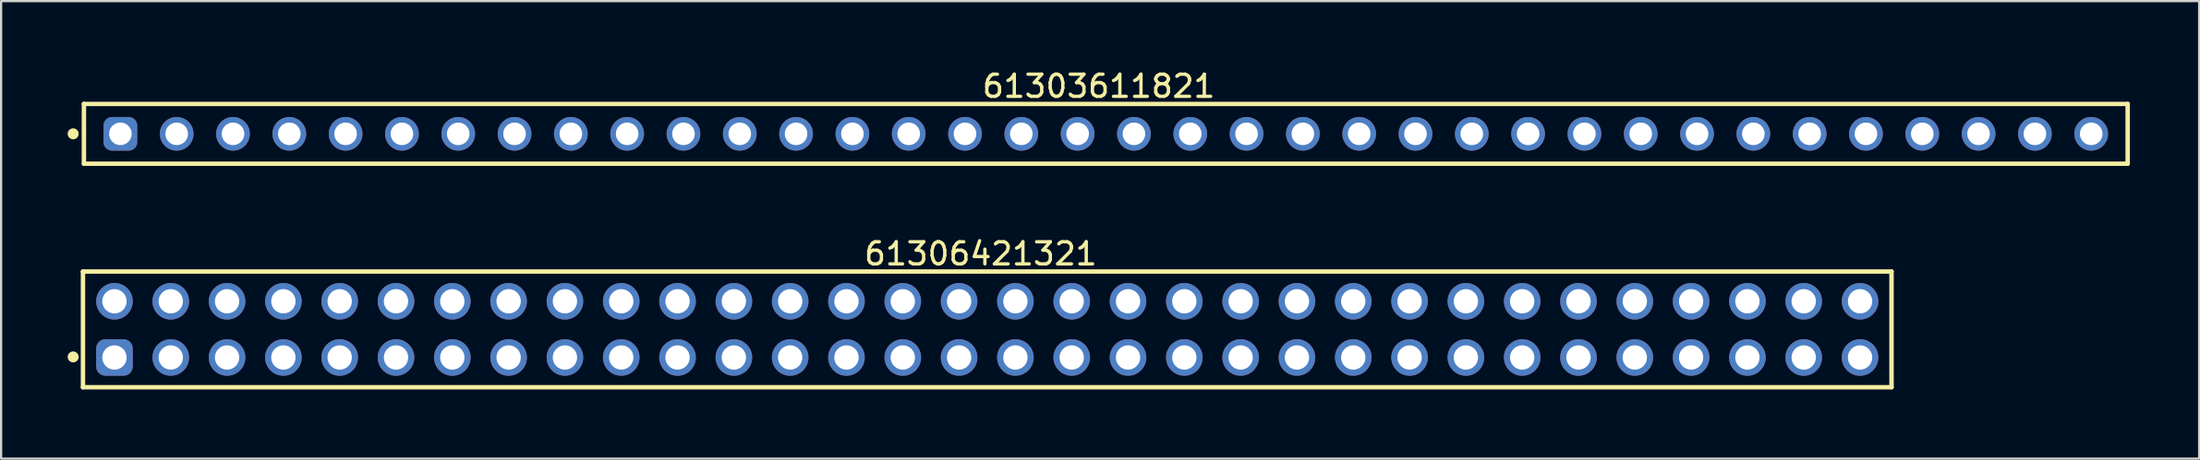
<source format=kicad_pcb>
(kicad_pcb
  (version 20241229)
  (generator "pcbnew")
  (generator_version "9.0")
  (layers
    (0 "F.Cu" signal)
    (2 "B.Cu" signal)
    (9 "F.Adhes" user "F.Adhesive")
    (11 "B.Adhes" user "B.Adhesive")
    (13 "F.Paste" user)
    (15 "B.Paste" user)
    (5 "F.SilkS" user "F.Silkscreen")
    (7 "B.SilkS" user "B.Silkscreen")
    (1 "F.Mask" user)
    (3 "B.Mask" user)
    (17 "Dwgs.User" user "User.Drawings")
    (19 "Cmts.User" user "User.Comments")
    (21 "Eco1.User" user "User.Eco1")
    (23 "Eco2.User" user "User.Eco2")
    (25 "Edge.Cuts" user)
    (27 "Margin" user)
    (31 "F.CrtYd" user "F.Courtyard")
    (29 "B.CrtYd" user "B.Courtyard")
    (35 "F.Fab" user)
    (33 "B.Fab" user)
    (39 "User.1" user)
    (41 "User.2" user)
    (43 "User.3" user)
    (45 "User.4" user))
  (footprint "61303611821"
    (layer "F.Cu")
    (at 46.83 2.998)
    (property "Reference" "61303611821" (at -0.318 -2.15 0) (layer "F.SilkS") (effects (font (size 1 1) (thickness 0.15))))
    (fp_line (start -46.095 -1.35) (end 46.095 -1.35) (stroke (width 0.2) (type solid)) (layer "F.SilkS"))
    (fp_line (start -46.095 1.35) (end -46.095 -1.35) (stroke (width 0.2) (type solid)) (layer "F.SilkS"))
    (fp_line (start -46.095 1.35) (end 46.095 1.35) (stroke (width 0.2) (type solid)) (layer "F.SilkS"))
    (fp_line (start 46.095 1.35) (end 46.095 -1.35) (stroke (width 0.2) (type solid)) (layer "F.SilkS"))
    (fp_circle (center -46.58 0) (end -46.58 -0.125) (stroke (width 0.25) (type solid)) (fill no) (layer "F.SilkS"))
    (fp_line (start -46.295 -1.55) (end 46.295 -1.55) (stroke (width 0.05) (type solid)) (layer "Eco2.User"))
    (fp_line (start -46.295 1.55) (end -46.295 -1.55) (stroke (width 0.05) (type solid)) (layer "Eco2.User"))
    (fp_line (start -46.295 1.55) (end 46.295 1.55) (stroke (width 0.05) (type solid)) (layer "Eco2.User"))
    (fp_line (start -45.97 -1.25) (end 45.97 -1.25) (stroke (width 0.1) (type solid)) (layer "Eco2.User"))
    (fp_line (start -45.97 1.25) (end -45.97 -1.25) (stroke (width 0.1) (type solid)) (layer "Eco2.User"))
    (fp_line (start -45.97 1.25) (end 45.97 1.25) (stroke (width 0.1) (type solid)) (layer "Eco2.User"))
    (fp_line (start -0.5 0) (end 0.5 0) (stroke (width 0.05) (type solid)) (layer "Eco2.User"))
    (fp_line (start 0 0.5) (end 0 -0.5) (stroke (width 0.05) (type solid)) (layer "Eco2.User"))
    (fp_line (start 45.97 1.25) (end 45.97 -1.25) (stroke (width 0.1) (type solid)) (layer "Eco2.User"))
    (fp_line (start 46.295 1.55) (end 46.295 -1.55) (stroke (width 0.05) (type solid)) (layer "Eco2.User"))
    (fp_text user "${REFERENCE}" (at 0.15 -0.197 0) (unlocked yes) (layer "User.3") (effects (font (size 1.5 1.5) (thickness 0.15))))
    (pad "1" thru_hole roundrect (at -44.45 0) (size 1.52 1.52) (drill 1.02) (layers "*.Cu" "*.Mask") (roundrect_rratio 0.25))
    (pad "2" thru_hole circle (at -41.91 0) (size 1.52 1.52) (drill 1.02) (layers "*.Cu" "*.Mask"))
    (pad "3" thru_hole circle (at -39.37 0) (size 1.52 1.52) (drill 1.02) (layers "*.Cu" "*.Mask"))
    (pad "4" thru_hole circle (at -36.83 0) (size 1.52 1.52) (drill 1.02) (layers "*.Cu" "*.Mask"))
    (pad "5" thru_hole circle (at -34.29 0) (size 1.52 1.52) (drill 1.02) (layers "*.Cu" "*.Mask"))
    (pad "6" thru_hole circle (at -31.75 0) (size 1.52 1.52) (drill 1.02) (layers "*.Cu" "*.Mask"))
    (pad "7" thru_hole circle (at -29.21 0) (size 1.52 1.52) (drill 1.02) (layers "*.Cu" "*.Mask"))
    (pad "8" thru_hole circle (at -26.67 0) (size 1.52 1.52) (drill 1.02) (layers "*.Cu" "*.Mask"))
    (pad "9" thru_hole circle (at -24.13 0) (size 1.52 1.52) (drill 1.02) (layers "*.Cu" "*.Mask"))
    (pad "10" thru_hole circle (at -21.59 0) (size 1.52 1.52) (drill 1.02) (layers "*.Cu" "*.Mask"))
    (pad "11" thru_hole circle (at -19.05 0) (size 1.52 1.52) (drill 1.02) (layers "*.Cu" "*.Mask"))
    (pad "12" thru_hole circle (at -16.51 0) (size 1.52 1.52) (drill 1.02) (layers "*.Cu" "*.Mask"))
    (pad "13" thru_hole circle (at -13.97 0) (size 1.52 1.52) (drill 1.02) (layers "*.Cu" "*.Mask"))
    (pad "14" thru_hole circle (at -11.43 0) (size 1.52 1.52) (drill 1.02) (layers "*.Cu" "*.Mask"))
    (pad "15" thru_hole circle (at -8.89 0) (size 1.52 1.52) (drill 1.02) (layers "*.Cu" "*.Mask"))
    (pad "16" thru_hole circle (at -6.35 0) (size 1.52 1.52) (drill 1.02) (layers "*.Cu" "*.Mask"))
    (pad "17" thru_hole circle (at -3.81 0) (size 1.52 1.52) (drill 1.02) (layers "*.Cu" "*.Mask"))
    (pad "18" thru_hole circle (at -1.27 0) (size 1.52 1.52) (drill 1.02) (layers "*.Cu" "*.Mask"))
    (pad "19" thru_hole circle (at 1.27 0) (size 1.52 1.52) (drill 1.02) (layers "*.Cu" "*.Mask"))
    (pad "20" thru_hole circle (at 3.81 0) (size 1.52 1.52) (drill 1.02) (layers "*.Cu" "*.Mask"))
    (pad "21" thru_hole circle (at 6.35 0) (size 1.52 1.52) (drill 1.02) (layers "*.Cu" "*.Mask"))
    (pad "22" thru_hole circle (at 8.89 0) (size 1.52 1.52) (drill 1.02) (layers "*.Cu" "*.Mask"))
    (pad "23" thru_hole circle (at 11.43 0) (size 1.52 1.52) (drill 1.02) (layers "*.Cu" "*.Mask"))
    (pad "24" thru_hole circle (at 13.97 0) (size 1.52 1.52) (drill 1.02) (layers "*.Cu" "*.Mask"))
    (pad "25" thru_hole circle (at 16.51 0) (size 1.52 1.52) (drill 1.02) (layers "*.Cu" "*.Mask"))
    (pad "26" thru_hole circle (at 19.05 0) (size 1.52 1.52) (drill 1.02) (layers "*.Cu" "*.Mask"))
    (pad "27" thru_hole circle (at 21.59 0) (size 1.52 1.52) (drill 1.02) (layers "*.Cu" "*.Mask"))
    (pad "28" thru_hole circle (at 24.13 0) (size 1.52 1.52) (drill 1.02) (layers "*.Cu" "*.Mask"))
    (pad "29" thru_hole circle (at 26.67 0) (size 1.52 1.52) (drill 1.02) (layers "*.Cu" "*.Mask"))
    (pad "30" thru_hole circle (at 29.21 0) (size 1.52 1.52) (drill 1.02) (layers "*.Cu" "*.Mask"))
    (pad "31" thru_hole circle (at 31.75 0) (size 1.52 1.52) (drill 1.02) (layers "*.Cu" "*.Mask"))
    (pad "32" thru_hole circle (at 34.29 0) (size 1.52 1.52) (drill 1.02) (layers "*.Cu" "*.Mask"))
    (pad "33" thru_hole circle (at 36.83 0) (size 1.52 1.52) (drill 1.02) (layers "*.Cu" "*.Mask"))
    (pad "34" thru_hole circle (at 39.37 0) (size 1.52 1.52) (drill 1.02) (layers "*.Cu" "*.Mask"))
    (pad "35" thru_hole circle (at 41.91 0) (size 1.52 1.52) (drill 1.02) (layers "*.Cu" "*.Mask"))
    (pad "36" thru_hole circle (at 44.45 0) (size 1.52 1.52) (drill 1.02) (layers "*.Cu" "*.Mask")))
  (footprint "61306421321"
    (layer "F.Cu")
    (at 41.483 11.836)
    (property "Reference" "61306421321" (at -0.297 -3.415 0) (layer "F.SilkS") (effects (font (size 1 1) (thickness 0.15))))
    (fp_line (start -40.79 -2.615) (end 40.79 -2.615) (stroke (width 0.2) (type solid)) (layer "F.SilkS"))
    (fp_line (start -40.79 2.615) (end -40.79 -2.615) (stroke (width 0.2) (type solid)) (layer "F.SilkS"))
    (fp_line (start -40.79 2.615) (end 40.79 2.615) (stroke (width 0.2) (type solid)) (layer "F.SilkS"))
    (fp_line (start 40.79 2.615) (end 40.79 -2.615) (stroke (width 0.2) (type solid)) (layer "F.SilkS"))
    (fp_circle (center -41.233 1.245) (end -41.233 1.12) (stroke (width 0.25) (type solid)) (fill no) (layer "F.SilkS"))
    (fp_line (start -40.99 -2.815) (end 40.99 -2.815) (stroke (width 0.05) (type solid)) (layer "Eco2.User"))
    (fp_line (start -40.99 2.815) (end -40.99 -2.815) (stroke (width 0.05) (type solid)) (layer "Eco2.User"))
    (fp_line (start -40.99 2.815) (end 40.99 2.815) (stroke (width 0.05) (type solid)) (layer "Eco2.User"))
    (fp_line (start -40.64 -2.54) (end 40.64 -2.54) (stroke (width 0.1) (type solid)) (layer "Eco2.User"))
    (fp_line (start -40.64 2.54) (end -40.64 -2.54) (stroke (width 0.1) (type solid)) (layer "Eco2.User"))
    (fp_line (start -40.64 2.54) (end 40.64 2.54) (stroke (width 0.1) (type solid)) (layer "Eco2.User"))
    (fp_line (start -0.5 0) (end 0.5 0) (stroke (width 0.05) (type solid)) (layer "Eco2.User"))
    (fp_line (start 0 0.5) (end 0 -0.5) (stroke (width 0.05) (type solid)) (layer "Eco2.User"))
    (fp_line (start 40.64 2.54) (end 40.64 -2.54) (stroke (width 0.1) (type solid)) (layer "Eco2.User"))
    (fp_line (start 40.99 2.815) (end 40.99 -2.815) (stroke (width 0.05) (type solid)) (layer "Eco2.User"))
    (fp_text user "${REFERENCE}" (at 0.15 -0.197 0) (unlocked yes) (layer "User.3") (effects (font (size 1.5 1.5) (thickness 0.15))))
    (pad "1" thru_hole roundrect (at -39.37 1.27) (size 1.65 1.65) (drill 1.1) (layers "*.Cu" "*.Mask") (roundrect_rratio 0.25))
    (pad "2" thru_hole circle (at -39.37 -1.27) (size 1.65 1.65) (drill 1.1) (layers "*.Cu" "*.Mask"))
    (pad "3" thru_hole circle (at -36.83 1.27) (size 1.65 1.65) (drill 1.1) (layers "*.Cu" "*.Mask"))
    (pad "4" thru_hole circle (at -36.83 -1.27) (size 1.65 1.65) (drill 1.1) (layers "*.Cu" "*.Mask"))
    (pad "5" thru_hole circle (at -34.29 1.27) (size 1.65 1.65) (drill 1.1) (layers "*.Cu" "*.Mask"))
    (pad "6" thru_hole circle (at -34.29 -1.27) (size 1.65 1.65) (drill 1.1) (layers "*.Cu" "*.Mask"))
    (pad "7" thru_hole circle (at -31.75 1.27) (size 1.65 1.65) (drill 1.1) (layers "*.Cu" "*.Mask"))
    (pad "8" thru_hole circle (at -31.75 -1.27) (size 1.65 1.65) (drill 1.1) (layers "*.Cu" "*.Mask"))
    (pad "9" thru_hole circle (at -29.21 1.27) (size 1.65 1.65) (drill 1.1) (layers "*.Cu" "*.Mask"))
    (pad "10" thru_hole circle (at -29.21 -1.27) (size 1.65 1.65) (drill 1.1) (layers "*.Cu" "*.Mask"))
    (pad "11" thru_hole circle (at -26.67 1.27) (size 1.65 1.65) (drill 1.1) (layers "*.Cu" "*.Mask"))
    (pad "12" thru_hole circle (at -26.67 -1.27) (size 1.65 1.65) (drill 1.1) (layers "*.Cu" "*.Mask"))
    (pad "13" thru_hole circle (at -24.13 1.27) (size 1.65 1.65) (drill 1.1) (layers "*.Cu" "*.Mask"))
    (pad "14" thru_hole circle (at -24.13 -1.27) (size 1.65 1.65) (drill 1.1) (layers "*.Cu" "*.Mask"))
    (pad "15" thru_hole circle (at -21.59 1.27) (size 1.65 1.65) (drill 1.1) (layers "*.Cu" "*.Mask"))
    (pad "16" thru_hole circle (at -21.59 -1.27) (size 1.65 1.65) (drill 1.1) (layers "*.Cu" "*.Mask"))
    (pad "17" thru_hole circle (at -19.05 1.27) (size 1.65 1.65) (drill 1.1) (layers "*.Cu" "*.Mask"))
    (pad "18" thru_hole circle (at -19.05 -1.27) (size 1.65 1.65) (drill 1.1) (layers "*.Cu" "*.Mask"))
    (pad "19" thru_hole circle (at -16.51 1.27) (size 1.65 1.65) (drill 1.1) (layers "*.Cu" "*.Mask"))
    (pad "20" thru_hole circle (at -16.51 -1.27) (size 1.65 1.65) (drill 1.1) (layers "*.Cu" "*.Mask"))
    (pad "21" thru_hole circle (at -13.97 1.27) (size 1.65 1.65) (drill 1.1) (layers "*.Cu" "*.Mask"))
    (pad "22" thru_hole circle (at -13.97 -1.27) (size 1.65 1.65) (drill 1.1) (layers "*.Cu" "*.Mask"))
    (pad "23" thru_hole circle (at -11.43 1.27) (size 1.65 1.65) (drill 1.1) (layers "*.Cu" "*.Mask"))
    (pad "24" thru_hole circle (at -11.43 -1.27) (size 1.65 1.65) (drill 1.1) (layers "*.Cu" "*.Mask"))
    (pad "25" thru_hole circle (at -8.89 1.27) (size 1.65 1.65) (drill 1.1) (layers "*.Cu" "*.Mask"))
    (pad "26" thru_hole circle (at -8.89 -1.27) (size 1.65 1.65) (drill 1.1) (layers "*.Cu" "*.Mask"))
    (pad "27" thru_hole circle (at -6.35 1.27) (size 1.65 1.65) (drill 1.1) (layers "*.Cu" "*.Mask"))
    (pad "28" thru_hole circle (at -6.35 -1.27) (size 1.65 1.65) (drill 1.1) (layers "*.Cu" "*.Mask"))
    (pad "29" thru_hole circle (at -3.81 1.27) (size 1.65 1.65) (drill 1.1) (layers "*.Cu" "*.Mask"))
    (pad "30" thru_hole circle (at -3.81 -1.27) (size 1.65 1.65) (drill 1.1) (layers "*.Cu" "*.Mask"))
    (pad "31" thru_hole circle (at -1.27 1.27) (size 1.65 1.65) (drill 1.1) (layers "*.Cu" "*.Mask"))
    (pad "32" thru_hole circle (at -1.27 -1.27) (size 1.65 1.65) (drill 1.1) (layers "*.Cu" "*.Mask"))
    (pad "33" thru_hole circle (at 1.27 1.27) (size 1.65 1.65) (drill 1.1) (layers "*.Cu" "*.Mask"))
    (pad "34" thru_hole circle (at 1.27 -1.27) (size 1.65 1.65) (drill 1.1) (layers "*.Cu" "*.Mask"))
    (pad "35" thru_hole circle (at 3.81 1.27) (size 1.65 1.65) (drill 1.1) (layers "*.Cu" "*.Mask"))
    (pad "36" thru_hole circle (at 3.81 -1.27) (size 1.65 1.65) (drill 1.1) (layers "*.Cu" "*.Mask"))
    (pad "37" thru_hole circle (at 6.35 1.27) (size 1.65 1.65) (drill 1.1) (layers "*.Cu" "*.Mask"))
    (pad "38" thru_hole circle (at 6.35 -1.27) (size 1.65 1.65) (drill 1.1) (layers "*.Cu" "*.Mask"))
    (pad "39" thru_hole circle (at 8.89 1.27) (size 1.65 1.65) (drill 1.1) (layers "*.Cu" "*.Mask"))
    (pad "40" thru_hole circle (at 8.89 -1.27) (size 1.65 1.65) (drill 1.1) (layers "*.Cu" "*.Mask"))
    (pad "41" thru_hole circle (at 11.43 1.27) (size 1.65 1.65) (drill 1.1) (layers "*.Cu" "*.Mask"))
    (pad "42" thru_hole circle (at 11.43 -1.27) (size 1.65 1.65) (drill 1.1) (layers "*.Cu" "*.Mask"))
    (pad "43" thru_hole circle (at 13.97 1.27) (size 1.65 1.65) (drill 1.1) (layers "*.Cu" "*.Mask"))
    (pad "44" thru_hole circle (at 13.97 -1.27) (size 1.65 1.65) (drill 1.1) (layers "*.Cu" "*.Mask"))
    (pad "45" thru_hole circle (at 16.51 1.27) (size 1.65 1.65) (drill 1.1) (layers "*.Cu" "*.Mask"))
    (pad "46" thru_hole circle (at 16.51 -1.27) (size 1.65 1.65) (drill 1.1) (layers "*.Cu" "*.Mask"))
    (pad "47" thru_hole circle (at 19.05 1.27) (size 1.65 1.65) (drill 1.1) (layers "*.Cu" "*.Mask"))
    (pad "48" thru_hole circle (at 19.05 -1.27) (size 1.65 1.65) (drill 1.1) (layers "*.Cu" "*.Mask"))
    (pad "49" thru_hole circle (at 21.59 1.27) (size 1.65 1.65) (drill 1.1) (layers "*.Cu" "*.Mask"))
    (pad "50" thru_hole circle (at 21.59 -1.27) (size 1.65 1.65) (drill 1.1) (layers "*.Cu" "*.Mask"))
    (pad "51" thru_hole circle (at 24.13 1.27) (size 1.65 1.65) (drill 1.1) (layers "*.Cu" "*.Mask"))
    (pad "52" thru_hole circle (at 24.13 -1.27) (size 1.65 1.65) (drill 1.1) (layers "*.Cu" "*.Mask"))
    (pad "53" thru_hole circle (at 26.67 1.27) (size 1.65 1.65) (drill 1.1) (layers "*.Cu" "*.Mask"))
    (pad "54" thru_hole circle (at 26.67 -1.27) (size 1.65 1.65) (drill 1.1) (layers "*.Cu" "*.Mask"))
    (pad "55" thru_hole circle (at 29.21 1.27) (size 1.65 1.65) (drill 1.1) (layers "*.Cu" "*.Mask"))
    (pad "56" thru_hole circle (at 29.21 -1.27) (size 1.65 1.65) (drill 1.1) (layers "*.Cu" "*.Mask"))
    (pad "57" thru_hole circle (at 31.75 1.27) (size 1.65 1.65) (drill 1.1) (layers "*.Cu" "*.Mask"))
    (pad "58" thru_hole circle (at 31.75 -1.27) (size 1.65 1.65) (drill 1.1) (layers "*.Cu" "*.Mask"))
    (pad "59" thru_hole circle (at 34.29 1.27) (size 1.65 1.65) (drill 1.1) (layers "*.Cu" "*.Mask"))
    (pad "60" thru_hole circle (at 34.29 -1.27) (size 1.65 1.65) (drill 1.1) (layers "*.Cu" "*.Mask"))
    (pad "61" thru_hole circle (at 36.83 1.27) (size 1.65 1.65) (drill 1.1) (layers "*.Cu" "*.Mask"))
    (pad "62" thru_hole circle (at 36.83 -1.27) (size 1.65 1.65) (drill 1.1) (layers "*.Cu" "*.Mask"))
    (pad "63" thru_hole circle (at 39.37 1.27) (size 1.65 1.65) (drill 1.1) (layers "*.Cu" "*.Mask"))
    (pad "64" thru_hole circle (at 39.37 -1.27) (size 1.65 1.65) (drill 1.1) (layers "*.Cu" "*.Mask")))
  (gr_rect
    (start -3 -3)
    (end 96.15 17.677)
    (stroke (width 0.1) (type default))
    (fill no)
    (layer "Edge.Cuts")))
</source>
